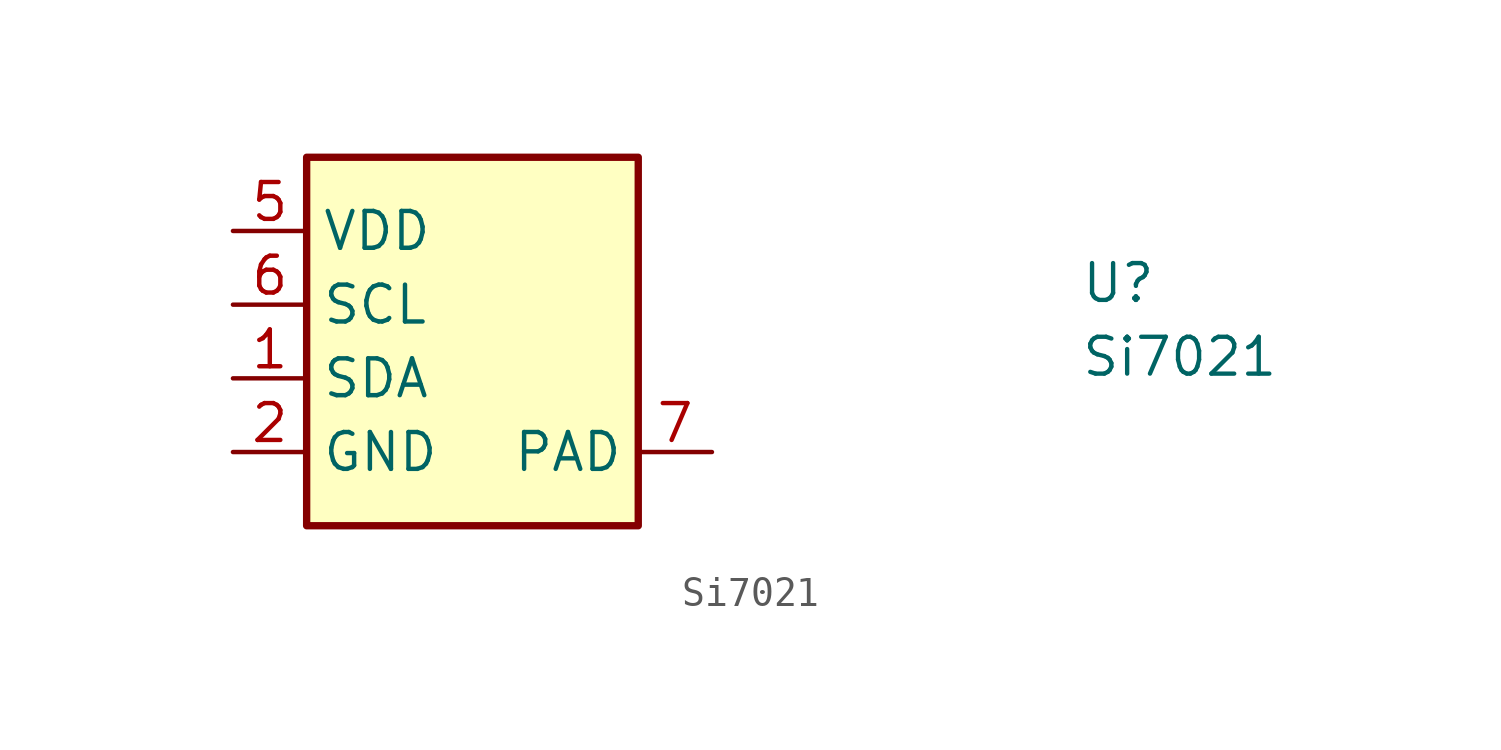
<source format=kicad_sym>
(kicad_symbol_lib
  (version 20211014)
  (generator kicad_symbol_editor)
  (symbol "Si7021"
    (property "Reference" "U"
      (at 29.21 -2.54 0)
      (effects (font (size 1.27 1.27) (thickness 0.15)) (justify left bottom)))
    (property "Value" "Si7021"
      (at 29.21 -5.08 0)
      (effects (font (size 1.27 1.27) (thickness 0.15)) (justify left bottom)))
    (symbol "Si7021_1_1"
      (rectangle (start 2.54 2.54) (end 13.97 -10.16) (stroke (width 0.254) (type default) (color 0 0 0 0)) (fill (type background)))
      (pin bidirectional line (at 0 -5.08 0) (length 2.54) (name "SDA" (effects (font (size 1.27 1.27)))) (number "1" (effects (font (size 1.27 1.27)))))
      (pin power_in line (at 0 -7.62 0) (length 2.54) (name "GND" (effects (font (size 1.27 1.27)))) (number "2" (effects (font (size 1.27 1.27)))))
      (pin no_connect line (at 13.97 -2.54 180) (length 2.54) hide (name "NC" (effects (font (size 1.27 1.27)))) (number "3" (effects (font (size 1.27 1.27)))))
      (pin no_connect line (at 13.97 -5.08 180) (length 2.54) hide (name "NC" (effects (font (size 1.27 1.27)))) (number "4" (effects (font (size 1.27 1.27)))))
      (pin power_in line (at 0 0 0) (length 2.54) (name "VDD" (effects (font (size 1.27 1.27)))) (number "5" (effects (font (size 1.27 1.27)))))
      (pin input line (at 0 -2.54 0) (length 2.54) (name "SCL" (effects (font (size 1.27 1.27)))) (number "6" (effects (font (size 1.27 1.27)))))
      (pin passive line (at 16.51 -7.62 180) (length 2.54) (name "PAD" (effects (font (size 1.27 1.27)))) (number "7" (effects (font (size 1.27 1.27))))))))
</source>
